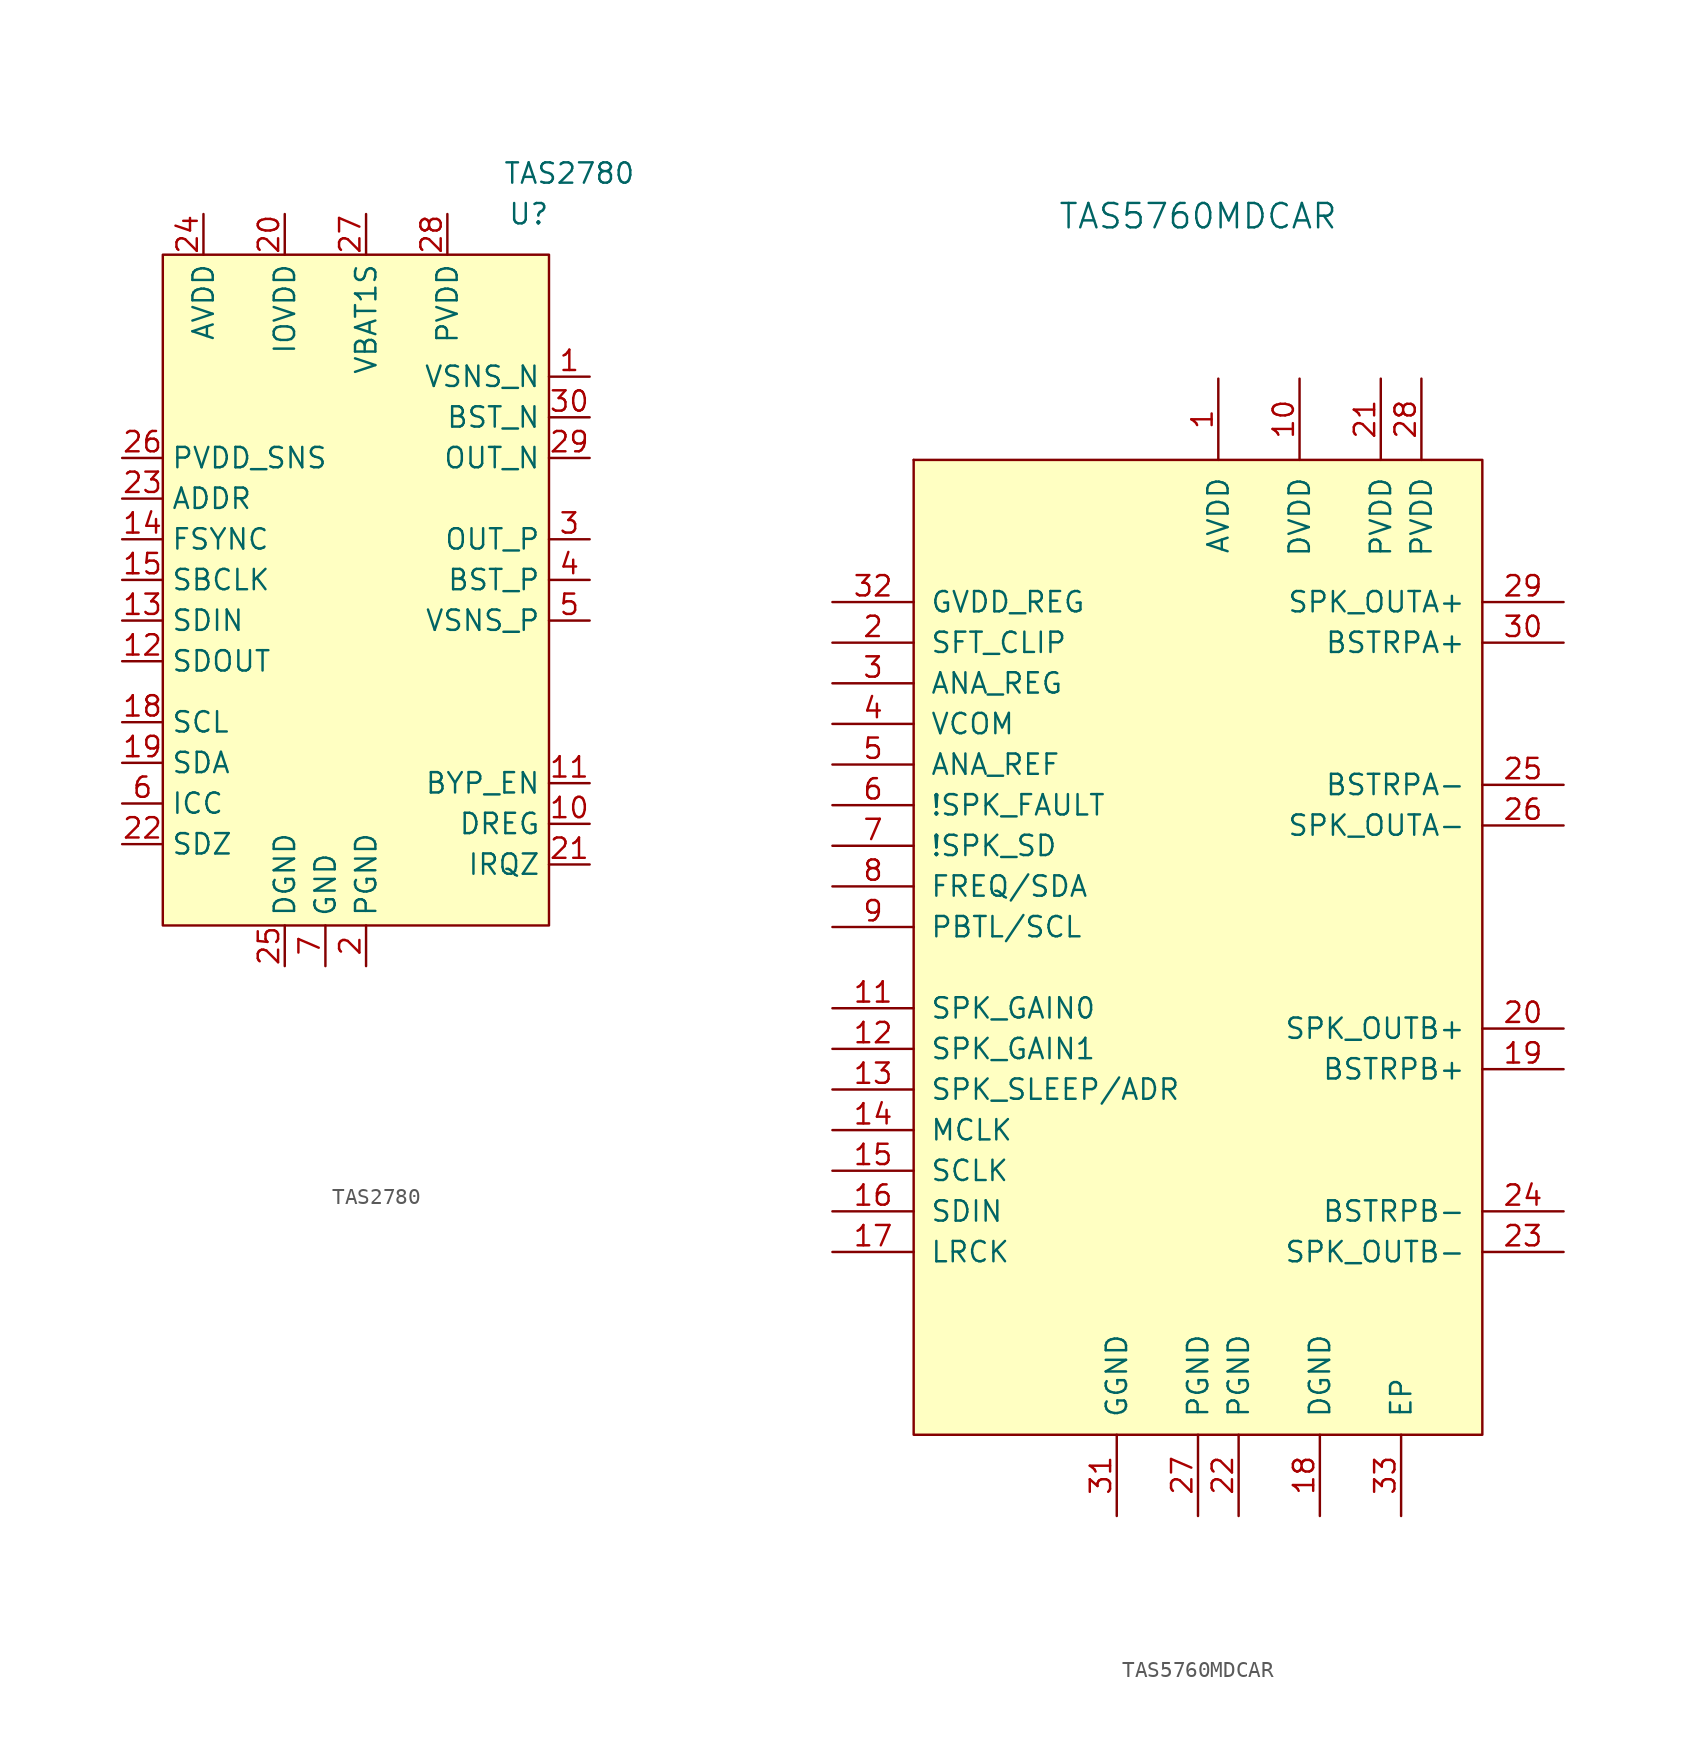
<source format=kicad_sym>
(kicad_symbol_lib
  (version 20211014)
  (generator kicad_symbol_editor)
  (symbol "TAS2780"
    (property "Reference" "U"
      (at 11.43 3.81 0)
      (effects (font (size 1.27 1.27))))
    (property "Value" "TAS2780"
      (at 13.97 6.35 0)
      (effects (font (size 1.27 1.27))))
    (symbol "TAS2780_0_1"
      (rectangle (start -11.43 1.27) (end 12.7 -40.64) (stroke (width 0.152) (type default) (color 0 0 0 0)) (fill (type background))))
    (symbol "TAS2780_1_1"
      (pin input line (at 15.24 -6.35 180) (length 2.54) (name "VSNS_N" (effects (font (size 1.27 1.27)))) (number "1" (effects (font (size 1.27 1.27)))))
      (pin power_in line (at 15.24 -34.29 180) (length 2.54) (name "DREG" (effects (font (size 1.27 1.27)))) (number "10" (effects (font (size 1.27 1.27)))))
      (pin output line (at 15.24 -31.75 180) (length 2.54) (name "BYP_EN" (effects (font (size 1.27 1.27)))) (number "11" (effects (font (size 1.27 1.27)))))
      (pin bidirectional line (at -13.97 -24.13 0) (length 2.54) (name "SDOUT" (effects (font (size 1.27 1.27)))) (number "12" (effects (font (size 1.27 1.27)))))
      (pin input line (at -13.97 -21.59 0) (length 2.54) (name "SDIN" (effects (font (size 1.27 1.27)))) (number "13" (effects (font (size 1.27 1.27)))))
      (pin input line (at -13.97 -16.51 0) (length 2.54) (name "FSYNC" (effects (font (size 1.27 1.27)))) (number "14" (effects (font (size 1.27 1.27)))))
      (pin input line (at -13.97 -19.05 0) (length 2.54) (name "SBCLK" (effects (font (size 1.27 1.27)))) (number "15" (effects (font (size 1.27 1.27)))))
      (pin no_connect line (at 15.24 -48.26 180) (length 2.54) hide (name "NC" (effects (font (size 1.27 1.27)))) (number "16" (effects (font (size 1.27 1.27)))))
      (pin no_connect line (at 15.24 -50.8 180) (length 2.54) hide (name "NC" (effects (font (size 1.27 1.27)))) (number "17" (effects (font (size 1.27 1.27)))))
      (pin input line (at -13.97 -27.94 0) (length 2.54) (name "SCL" (effects (font (size 1.27 1.27)))) (number "18" (effects (font (size 1.27 1.27)))))
      (pin bidirectional line (at -13.97 -30.48 0) (length 2.54) (name "SDA" (effects (font (size 1.27 1.27)))) (number "19" (effects (font (size 1.27 1.27)))))
      (pin power_in line (at 1.27 -43.18 90) (length 2.54) (name "PGND" (effects (font (size 1.27 1.27)))) (number "2" (effects (font (size 1.27 1.27)))))
      (pin power_in line (at -3.81 3.81 270) (length 2.54) (name "IOVDD" (effects (font (size 1.27 1.27)))) (number "20" (effects (font (size 1.27 1.27)))))
      (pin open_emitter line (at 15.24 -36.83 180) (length 2.54) (name "IRQZ" (effects (font (size 1.27 1.27)))) (number "21" (effects (font (size 1.27 1.27)))))
      (pin input line (at -13.97 -35.56 0) (length 2.54) (name "SDZ" (effects (font (size 1.27 1.27)))) (number "22" (effects (font (size 1.27 1.27)))))
      (pin input line (at -13.97 -13.97 0) (length 2.54) (name "ADDR" (effects (font (size 1.27 1.27)))) (number "23" (effects (font (size 1.27 1.27)))))
      (pin power_in line (at -8.89 3.81 270) (length 2.54) (name "AVDD" (effects (font (size 1.27 1.27)))) (number "24" (effects (font (size 1.27 1.27)))))
      (pin power_in line (at -3.81 -43.18 90) (length 2.54) (name "DGND" (effects (font (size 1.27 1.27)))) (number "25" (effects (font (size 1.27 1.27)))))
      (pin input line (at -13.97 -11.43 0) (length 2.54) (name "PVDD_SNS" (effects (font (size 1.27 1.27)))) (number "26" (effects (font (size 1.27 1.27)))))
      (pin power_in line (at 1.27 3.81 270) (length 2.54) (name "VBAT1S" (effects (font (size 1.27 1.27)))) (number "27" (effects (font (size 1.27 1.27)))))
      (pin power_in line (at 6.35 3.81 270) (length 2.54) (name "PVDD" (effects (font (size 1.27 1.27)))) (number "28" (effects (font (size 1.27 1.27)))))
      (pin output line (at 15.24 -11.43 180) (length 2.54) (name "OUT_N" (effects (font (size 1.27 1.27)))) (number "29" (effects (font (size 1.27 1.27)))))
      (pin output line (at 15.24 -16.51 180) (length 2.54) (name "OUT_P" (effects (font (size 1.27 1.27)))) (number "3" (effects (font (size 1.27 1.27)))))
      (pin power_in line (at 15.24 -8.89 180) (length 2.54) (name "BST_N" (effects (font (size 1.27 1.27)))) (number "30" (effects (font (size 1.27 1.27)))))
      (pin power_in line (at 15.24 -19.05 180) (length 2.54) (name "BST_P" (effects (font (size 1.27 1.27)))) (number "4" (effects (font (size 1.27 1.27)))))
      (pin input line (at 15.24 -21.59 180) (length 2.54) (name "VSNS_P" (effects (font (size 1.27 1.27)))) (number "5" (effects (font (size 1.27 1.27)))))
      (pin bidirectional line (at -13.97 -33.02 0) (length 2.54) (name "ICC" (effects (font (size 1.27 1.27)))) (number "6" (effects (font (size 1.27 1.27)))))
      (pin power_in line (at -1.27 -43.18 90) (length 2.54) (name "GND" (effects (font (size 1.27 1.27)))) (number "7" (effects (font (size 1.27 1.27)))))
      (pin no_connect line (at 15.24 -43.18 180) (length 2.54) hide (name "NC" (effects (font (size 1.27 1.27)))) (number "8" (effects (font (size 1.27 1.27)))))
      (pin no_connect line (at 15.24 -45.72 180) (length 2.54) hide (name "NC" (effects (font (size 1.27 1.27)))) (number "9" (effects (font (size 1.27 1.27)))))))
  (symbol "TAS5760MDCAR"
    (pin_names
      (offset 1.016))
    (property "Reference" "U"
      (at 0 43.18 0)
      (effects (font (size 1.524 1.524)) (justify top) hide))
    (property "Value" "TAS5760MDCAR"
      (at 0 45.72 0)
      (effects (font (size 1.524 1.524))))
    (property "Footprint" ""
      (at -2.54 -2.54 0)
      (effects (font (size 1.524 1.524))))
    (property "Datasheet" ""
      (at 0 0 0)
      (effects (font (size 1.524 1.524))))
    (symbol "TAS5760MDCAR_0_1"
      (rectangle (start -17.78 30.48) (end -17.78 30.48) (stroke (width 0) (type default) (color 0 0 0 0)) (fill (type none)))
      (rectangle (start -17.78 30.48) (end 17.78 -30.48) (stroke (width 0) (type default) (color 0 0 0 0)) (fill (type background))))
    (symbol "TAS5760MDCAR_1_1"
      (pin passive line (at 1.27 35.56 270) (length 5.08) (name "AVDD" (effects (font (size 1.27 1.27)))) (number "1" (effects (font (size 1.27 1.27)))))
      (pin passive line (at 6.35 35.56 270) (length 5.08) (name "DVDD" (effects (font (size 1.27 1.27)))) (number "10" (effects (font (size 1.27 1.27)))))
      (pin input line (at -22.86 -3.81 0) (length 5.08) (name "SPK_GAIN0" (effects (font (size 1.27 1.27)))) (number "11" (effects (font (size 1.27 1.27)))))
      (pin input line (at -22.86 -6.35 0) (length 5.08) (name "SPK_GAIN1" (effects (font (size 1.27 1.27)))) (number "12" (effects (font (size 1.27 1.27)))))
      (pin input line (at -22.86 -8.89 0) (length 5.08) (name "SPK_SLEEP/ADR" (effects (font (size 1.27 1.27)))) (number "13" (effects (font (size 1.27 1.27)))))
      (pin input line (at -22.86 -11.43 0) (length 5.08) (name "MCLK" (effects (font (size 1.27 1.27)))) (number "14" (effects (font (size 1.27 1.27)))))
      (pin input line (at -22.86 -13.97 0) (length 5.08) (name "SCLK" (effects (font (size 1.27 1.27)))) (number "15" (effects (font (size 1.27 1.27)))))
      (pin input line (at -22.86 -16.51 0) (length 5.08) (name "SDIN" (effects (font (size 1.27 1.27)))) (number "16" (effects (font (size 1.27 1.27)))))
      (pin input line (at -22.86 -19.05 0) (length 5.08) (name "LRCK" (effects (font (size 1.27 1.27)))) (number "17" (effects (font (size 1.27 1.27)))))
      (pin passive line (at 7.62 -35.56 90) (length 5.08) (name "DGND" (effects (font (size 1.27 1.27)))) (number "18" (effects (font (size 1.27 1.27)))))
      (pin output line (at 22.86 -7.62 180) (length 5.08) (name "BSTRPB+" (effects (font (size 1.27 1.27)))) (number "19" (effects (font (size 1.27 1.27)))))
      (pin input line (at -22.86 19.05 0) (length 5.08) (name "SFT_CLIP" (effects (font (size 1.27 1.27)))) (number "2" (effects (font (size 1.27 1.27)))))
      (pin output line (at 22.86 -5.08 180) (length 5.08) (name "SPK_OUTB+" (effects (font (size 1.27 1.27)))) (number "20" (effects (font (size 1.27 1.27)))))
      (pin passive line (at 11.43 35.56 270) (length 5.08) (name "PVDD" (effects (font (size 1.27 1.27)))) (number "21" (effects (font (size 1.27 1.27)))))
      (pin passive line (at 2.54 -35.56 90) (length 5.08) (name "PGND" (effects (font (size 1.27 1.27)))) (number "22" (effects (font (size 1.27 1.27)))))
      (pin output line (at 22.86 -19.05 180) (length 5.08) (name "SPK_OUTB-" (effects (font (size 1.27 1.27)))) (number "23" (effects (font (size 1.27 1.27)))))
      (pin output line (at 22.86 -16.51 180) (length 5.08) (name "BSTRPB-" (effects (font (size 1.27 1.27)))) (number "24" (effects (font (size 1.27 1.27)))))
      (pin output line (at 22.86 10.16 180) (length 5.08) (name "BSTRPA-" (effects (font (size 1.27 1.27)))) (number "25" (effects (font (size 1.27 1.27)))))
      (pin output line (at 22.86 7.62 180) (length 5.08) (name "SPK_OUTA-" (effects (font (size 1.27 1.27)))) (number "26" (effects (font (size 1.27 1.27)))))
      (pin passive line (at 0 -35.56 90) (length 5.08) (name "PGND" (effects (font (size 1.27 1.27)))) (number "27" (effects (font (size 1.27 1.27)))))
      (pin passive line (at 13.97 35.56 270) (length 5.08) (name "PVDD" (effects (font (size 1.27 1.27)))) (number "28" (effects (font (size 1.27 1.27)))))
      (pin output line (at 22.86 21.59 180) (length 5.08) (name "SPK_OUTA+" (effects (font (size 1.27 1.27)))) (number "29" (effects (font (size 1.27 1.27)))))
      (pin input line (at -22.86 16.51 0) (length 5.08) (name "ANA_REG" (effects (font (size 1.27 1.27)))) (number "3" (effects (font (size 1.27 1.27)))))
      (pin output line (at 22.86 19.05 180) (length 5.08) (name "BSTRPA+" (effects (font (size 1.27 1.27)))) (number "30" (effects (font (size 1.27 1.27)))))
      (pin passive line (at -5.08 -35.56 90) (length 5.08) (name "GGND" (effects (font (size 1.27 1.27)))) (number "31" (effects (font (size 1.27 1.27)))))
      (pin passive line (at -22.86 21.59 0) (length 5.08) (name "GVDD_REG" (effects (font (size 1.27 1.27)))) (number "32" (effects (font (size 1.27 1.27)))))
      (pin passive line (at 12.7 -35.56 90) (length 5.08) (name "EP" (effects (font (size 1.27 1.27)))) (number "33" (effects (font (size 1.27 1.27)))))
      (pin input line (at -22.86 13.97 0) (length 5.08) (name "VCOM" (effects (font (size 1.27 1.27)))) (number "4" (effects (font (size 1.27 1.27)))))
      (pin input line (at -22.86 11.43 0) (length 5.08) (name "ANA_REF" (effects (font (size 1.27 1.27)))) (number "5" (effects (font (size 1.27 1.27)))))
      (pin input line (at -22.86 8.89 0) (length 5.08) (name "!SPK_FAULT" (effects (font (size 1.27 1.27)))) (number "6" (effects (font (size 1.27 1.27)))))
      (pin input line (at -22.86 6.35 0) (length 5.08) (name "!SPK_SD" (effects (font (size 1.27 1.27)))) (number "7" (effects (font (size 1.27 1.27)))))
      (pin input line (at -22.86 3.81 0) (length 5.08) (name "FREQ/SDA" (effects (font (size 1.27 1.27)))) (number "8" (effects (font (size 1.27 1.27)))))
      (pin input line (at -22.86 1.27 0) (length 5.08) (name "PBTL/SCL" (effects (font (size 1.27 1.27)))) (number "9" (effects (font (size 1.27 1.27))))))))
</source>
